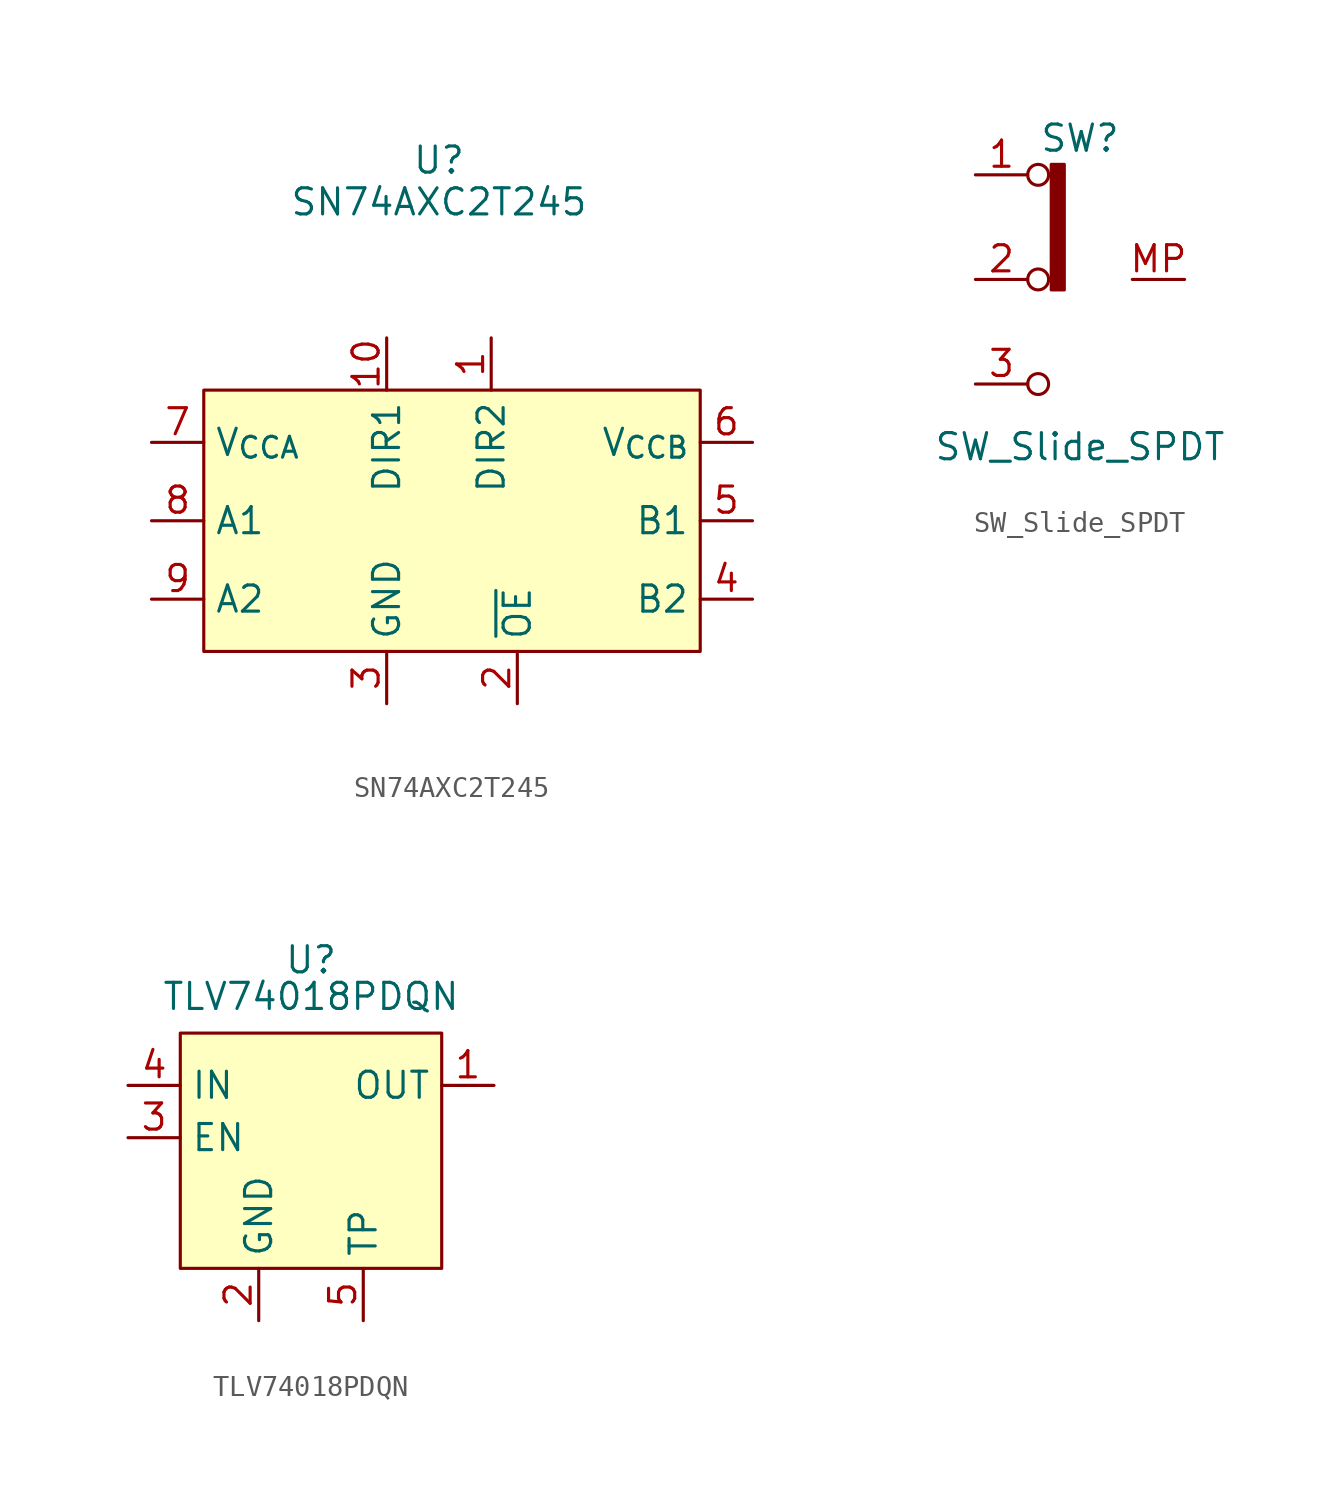
<source format=kicad_sym>
(kicad_symbol_lib
  (version 20241209)
  (generator "kicad_symbol_editor")
  (generator_version "9.0")
  (symbol "SN74AXC2T245"
    (property "Reference" "U"
      (at 0 9.906 0)
      (effects (font (size 1.27 1.27))))
    (property "Value" "SN74AXC2T245"
      (at 0 7.874 0)
      (effects (font (size 1.27 1.27))))
    (symbol "SN74AXC2T245_0_1"
      (rectangle (start -11.43 -1.27) (end 12.7 -13.97) (stroke (width 0) (type default)) (fill (type background))))
    (symbol "SN74AXC2T245_1_1"
      (pin passive line (at -13.97 -3.81 0) (length 2.54) (name "V_{CCA}" (effects (font (size 1.27 1.27)))) (number "7" (effects (font (size 1.27 1.27)))))
      (pin bidirectional line (at -13.97 -7.62 0) (length 2.54) (name "A1" (effects (font (size 1.27 1.27)))) (number "8" (effects (font (size 1.27 1.27)))))
      (pin bidirectional line (at -13.97 -11.43 0) (length 2.54) (name "A2" (effects (font (size 1.27 1.27)))) (number "9" (effects (font (size 1.27 1.27)))))
      (pin input line (at -2.54 1.27 270) (length 2.54) (name "DIR1" (effects (font (size 1.27 1.27)))) (number "10" (effects (font (size 1.27 1.27)))))
      (pin passive line (at -2.54 -16.51 90) (length 2.54) (name "GND" (effects (font (size 1.27 1.27)))) (number "3" (effects (font (size 1.27 1.27)))))
      (pin input line (at 2.54 1.27 270) (length 2.54) (name "DIR2" (effects (font (size 1.27 1.27)))) (number "1" (effects (font (size 1.27 1.27)))))
      (pin input line (at 3.81 -16.51 90) (length 2.54) (name "~{OE}" (effects (font (size 1.27 1.27)))) (number "2" (effects (font (size 1.27 1.27)))))
      (pin passive line (at 15.24 -3.81 180) (length 2.54) (name "V_{CCB}" (effects (font (size 1.27 1.27)))) (number "6" (effects (font (size 1.27 1.27)))))
      (pin bidirectional line (at 15.24 -7.62 180) (length 2.54) (name "B1" (effects (font (size 1.27 1.27)))) (number "5" (effects (font (size 1.27 1.27)))))
      (pin bidirectional line (at 15.24 -11.43 180) (length 2.54) (name "B2" (effects (font (size 1.27 1.27)))) (number "4" (effects (font (size 1.27 1.27)))))))
  (symbol "SW_Slide_SPDT"
    (pin_names
      (offset 0)
      (hide yes))
    (property "Reference" "SW"
      (at 0 6.858 0)
      (effects (font (size 1.27 1.27))))
    (property "Value" "SW_Slide_SPDT"
      (at 0 -8.128 0)
      (effects (font (size 1.27 1.27))))
    (symbol "SW_Slide_SPDT_0_0"
      (circle (center -2.032 5.08) (radius 0.508) (stroke (width 0) (type default)) (fill (type none)))
      (circle (center -2.032 -5.08) (radius 0.508) (stroke (width 0) (type default)) (fill (type none))))
    (symbol "SW_Slide_SPDT_0_1"
      (circle (center -2.032 0) (radius 0.508) (stroke (width 0) (type default)) (fill (type none))))
    (symbol "SW_Slide_SPDT_1_1"
      (rectangle (start -1.397 5.588) (end -0.762 -0.508) (stroke (width 0) (type default)) (fill (type outline)))
      (pin passive line (at -5.08 5.08 0) (length 2.54) (name "A" (effects (font (size 1.27 1.27)))) (number "1" (effects (font (size 1.27 1.27)))))
      (pin passive line (at -5.08 0 0) (length 2.54) (name "B" (effects (font (size 1.27 1.27)))) (number "2" (effects (font (size 1.27 1.27)))))
      (pin passive line (at -5.08 -5.08 0) (length 2.54) (name "C" (effects (font (size 1.27 1.27)))) (number "3" (effects (font (size 1.27 1.27)))))
      (pin passive line (at 5.08 0 180) (length 2.54) (name "MP" (effects (font (size 1.27 1.27)))) (number "MP" (effects (font (size 1.27 1.27)))))))
  (symbol "TLV74018PDQN"
    (property "Reference" "U"
      (at 0 6.096 0)
      (effects (font (size 1.27 1.27))))
    (property "Value" "TLV74018PDQN"
      (at 0 4.318 0)
      (effects (font (size 1.27 1.27))))
    (symbol "TLV74018PDQN_0_1"
      (rectangle (start -6.35 2.54) (end 6.35 -8.89) (stroke (width 0) (type default)) (fill (type background))))
    (symbol "TLV74018PDQN_1_1"
      (pin passive line (at -8.89 0 0) (length 2.54) (name "IN" (effects (font (size 1.27 1.27)))) (number "4" (effects (font (size 1.27 1.27)))))
      (pin passive line (at -8.89 -2.54 0) (length 2.54) (name "EN" (effects (font (size 1.27 1.27)))) (number "3" (effects (font (size 1.27 1.27)))))
      (pin passive line (at -2.54 -11.43 90) (length 2.54) (name "GND" (effects (font (size 1.27 1.27)))) (number "2" (effects (font (size 1.27 1.27)))))
      (pin passive line (at 2.54 -11.43 90) (length 2.54) (name "TP" (effects (font (size 1.27 1.27)))) (number "5" (effects (font (size 1.27 1.27)))))
      (pin passive line (at 8.89 0 180) (length 2.54) (name "OUT" (effects (font (size 1.27 1.27)))) (number "1" (effects (font (size 1.27 1.27))))))))
</source>
